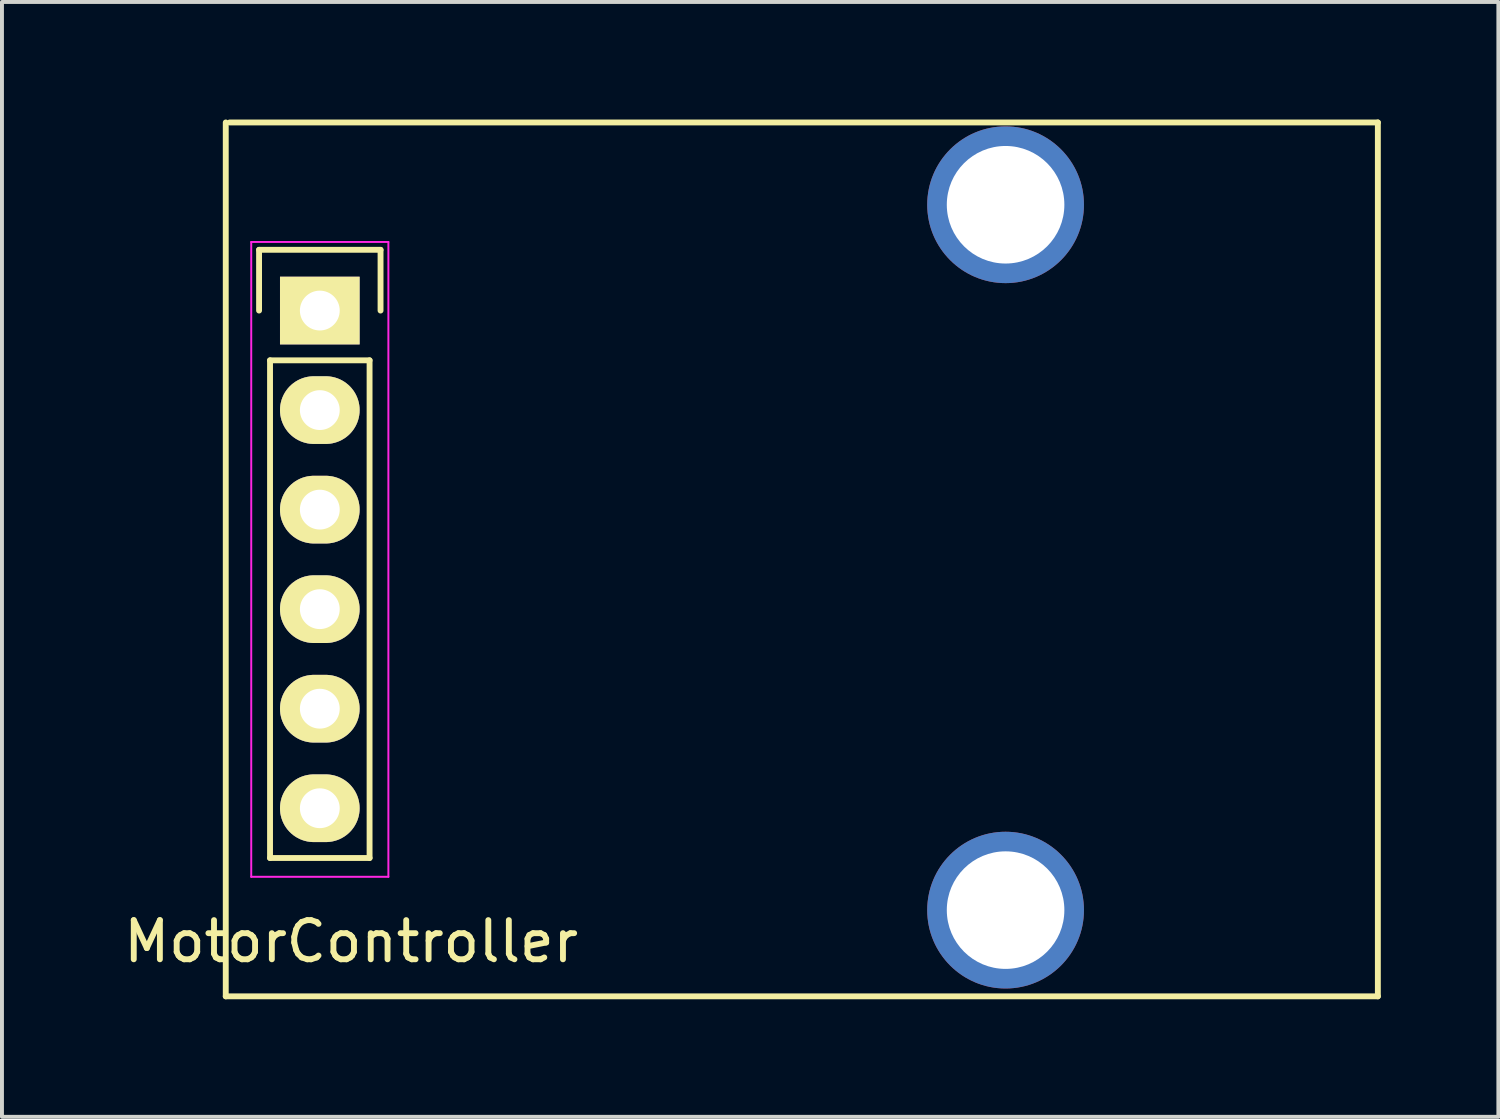
<source format=kicad_pcb>
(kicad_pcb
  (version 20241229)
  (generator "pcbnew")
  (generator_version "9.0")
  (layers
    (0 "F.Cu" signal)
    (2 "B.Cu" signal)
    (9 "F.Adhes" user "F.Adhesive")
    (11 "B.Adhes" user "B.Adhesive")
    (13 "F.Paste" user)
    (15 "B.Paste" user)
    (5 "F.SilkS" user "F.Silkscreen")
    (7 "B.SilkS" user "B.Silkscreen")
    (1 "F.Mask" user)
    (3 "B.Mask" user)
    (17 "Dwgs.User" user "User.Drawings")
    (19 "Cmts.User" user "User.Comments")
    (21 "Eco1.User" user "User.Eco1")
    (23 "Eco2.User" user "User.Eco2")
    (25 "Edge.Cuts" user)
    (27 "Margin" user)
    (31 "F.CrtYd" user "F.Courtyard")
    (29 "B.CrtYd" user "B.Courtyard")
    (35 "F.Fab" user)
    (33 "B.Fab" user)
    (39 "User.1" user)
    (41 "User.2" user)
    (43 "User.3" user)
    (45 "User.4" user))
  (footprint "MotorController"
    (layer "F.Cu")
    (at 5.111 4.875)
    (property "Reference" "MotorController" (at 0.8 16.1 180) (layer "F.SilkS") (effects (font (size 1 1) (thickness 0.15))))
    (attr through_hole)
    (fp_line (start -2.4 17.5) (end -2.4 -4.8) (stroke (width 0.15) (type solid)) (layer "F.SilkS"))
    (fp_line (start -2.3 -4.8) (end 27 -4.8) (stroke (width 0.15) (type solid)) (layer "F.SilkS"))
    (fp_line (start -1.55 -1.55) (end 1.55 -1.55) (stroke (width 0.15) (type solid)) (layer "F.SilkS"))
    (fp_line (start -1.55 0) (end -1.55 -1.55) (stroke (width 0.15) (type solid)) (layer "F.SilkS"))
    (fp_line (start -1.27 13.97) (end -1.27 1.27) (stroke (width 0.15) (type solid)) (layer "F.SilkS"))
    (fp_line (start 1.27 1.27) (end -1.27 1.27) (stroke (width 0.15) (type solid)) (layer "F.SilkS"))
    (fp_line (start 1.27 1.27) (end 1.27 13.97) (stroke (width 0.15) (type solid)) (layer "F.SilkS"))
    (fp_line (start 1.27 13.97) (end -1.27 13.97) (stroke (width 0.15) (type solid)) (layer "F.SilkS"))
    (fp_line (start 1.55 -1.55) (end 1.55 0) (stroke (width 0.15) (type solid)) (layer "F.SilkS"))
    (fp_line (start 27 -4.8) (end 27 17.5) (stroke (width 0.15) (type solid)) (layer "F.SilkS"))
    (fp_line (start 27 17.5) (end -2.4 17.5) (stroke (width 0.15) (type solid)) (layer "F.SilkS"))
    (fp_line (start -1.75 -1.75) (end -1.75 14.45) (stroke (width 0.05) (type solid)) (layer "F.CrtYd"))
    (fp_line (start -1.75 -1.75) (end 1.75 -1.75) (stroke (width 0.05) (type solid)) (layer "F.CrtYd"))
    (fp_line (start -1.75 14.45) (end 1.75 14.45) (stroke (width 0.05) (type solid)) (layer "F.CrtYd"))
    (fp_line (start 1.75 -1.75) (end 1.75 14.45) (stroke (width 0.05) (type solid)) (layer "F.CrtYd"))
    (pad "" np_thru_hole circle (at 17.5 -2.7) (size 4 4) (drill 3) (layers "*.Cu" "*.Mask"))
    (pad "" np_thru_hole circle (at 17.5 15.3) (size 4 4) (drill 3) (layers "*.Cu" "*.Mask"))
    (pad "1" thru_hole rect (at 0 0) (size 2.032 1.727) (drill 1.016) (layers "*.Cu" "*.Mask" "F.SilkS"))
    (pad "2" thru_hole oval (at 0 2.54) (size 2.032 1.727) (drill 1.016) (layers "*.Cu" "*.Mask" "F.SilkS"))
    (pad "3" thru_hole oval (at 0 5.08) (size 2.032 1.727) (drill 1.016) (layers "*.Cu" "*.Mask" "F.SilkS"))
    (pad "4" thru_hole oval (at 0 7.62) (size 2.032 1.727) (drill 1.016) (layers "*.Cu" "*.Mask" "F.SilkS"))
    (pad "5" thru_hole oval (at 0 10.16) (size 2.032 1.727) (drill 1.016) (layers "*.Cu" "*.Mask" "F.SilkS"))
    (pad "6" thru_hole oval (at 0 12.7) (size 2.032 1.727) (drill 1.016) (layers "*.Cu" "*.Mask" "F.SilkS")))
  (gr_rect
    (start -3 -3)
    (end 35.186 25.45)
    (stroke (width 0.1) (type default))
    (fill no)
    (layer "Edge.Cuts")))
</source>
